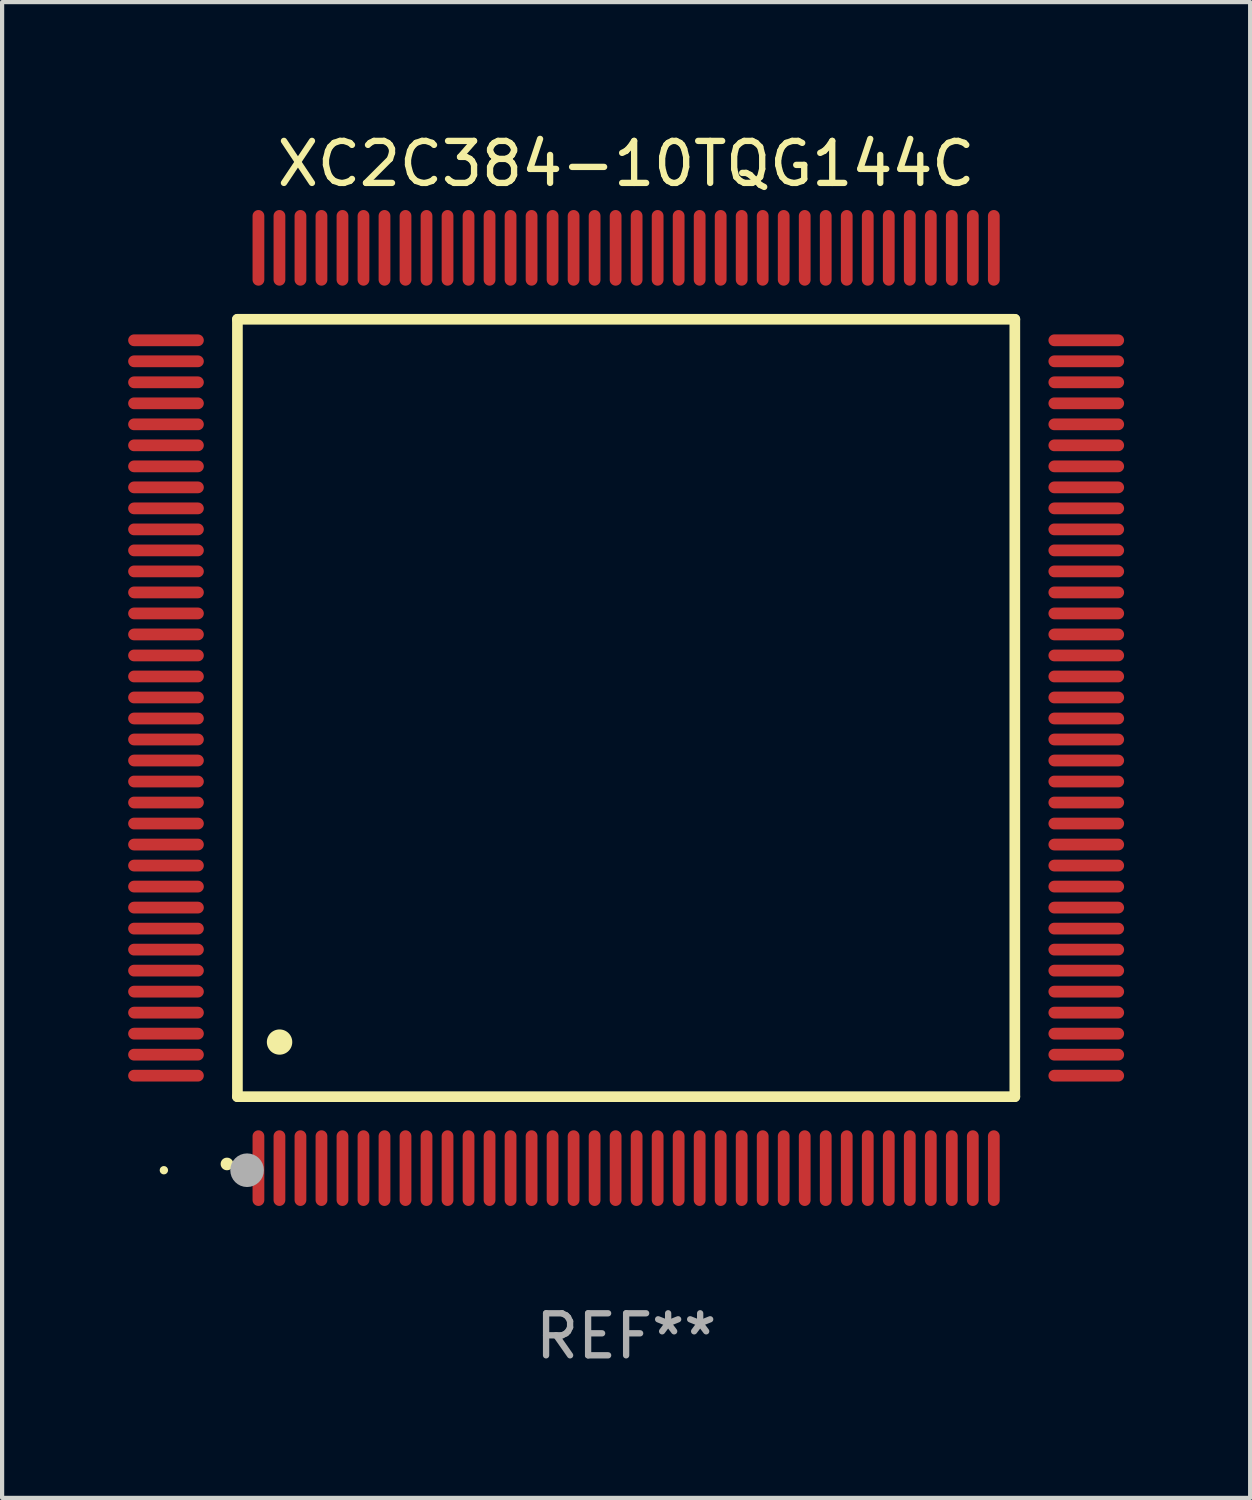
<source format=kicad_pcb>
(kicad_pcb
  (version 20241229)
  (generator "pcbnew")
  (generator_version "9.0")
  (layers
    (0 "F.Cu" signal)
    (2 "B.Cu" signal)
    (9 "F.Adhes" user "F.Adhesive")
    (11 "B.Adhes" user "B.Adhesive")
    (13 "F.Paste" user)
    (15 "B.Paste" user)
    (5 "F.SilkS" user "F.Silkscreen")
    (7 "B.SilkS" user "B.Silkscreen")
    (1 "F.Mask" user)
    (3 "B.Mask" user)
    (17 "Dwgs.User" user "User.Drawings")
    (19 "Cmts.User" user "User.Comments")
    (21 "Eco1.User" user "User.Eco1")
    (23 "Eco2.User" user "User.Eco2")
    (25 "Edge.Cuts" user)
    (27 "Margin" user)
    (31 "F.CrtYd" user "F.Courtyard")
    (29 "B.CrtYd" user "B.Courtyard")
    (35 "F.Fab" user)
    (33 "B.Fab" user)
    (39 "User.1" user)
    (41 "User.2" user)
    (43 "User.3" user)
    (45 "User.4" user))
  (footprint "XC2C384-10TQG144C"
    (layer "F.Cu")
    (at 11.85 13.798)
    (property "Reference" "XC2C384-10TQG144C" (at 0 -12.95 0) (layer "F.SilkS") (effects (font (size 1 1) (thickness 0.15))))
    (attr through_hole)
    (fp_line (start -9.25 -9.25) (end -9.25 9.25) (stroke (width 0.254) (type solid)) (layer "F.SilkS"))
    (fp_line (start -9.25 9.25) (end 9.25 9.25) (stroke (width 0.254) (type solid)) (layer "F.SilkS"))
    (fp_line (start 9.25 -9.25) (end -9.25 -9.25) (stroke (width 0.254) (type solid)) (layer "F.SilkS"))
    (fp_line (start 9.25 9.25) (end 9.25 -9.25) (stroke (width 0.254) (type solid)) (layer "F.SilkS"))
    (fp_arc (start -9.499619 10.850902) (mid -9.498349 10.850897) (end -9.497079 10.850902) (stroke (width 0.3) (type solid)) (layer "F.SilkS"))
    (fp_arc (start -8.249936 7.950216) (mid -8.247396 7.950205) (end -8.244856 7.950216) (stroke (width 0.6) (type solid)) (layer "F.SilkS"))
    (fp_circle (center -11 11) (end -10.95 11) (stroke (width 0.1) (type solid)) (fill no) (layer "F.SilkS"))
    (fp_circle (center -9.02 11) (end -8.82 11) (stroke (width 0.4) (type solid)) (fill no) (layer "F.Fab"))
    (fp_text user "REF**" (at 0 14.95 0) (layer "F.Fab") (effects (font (size 1 1) (thickness 0.15))))
    (pad "1" smd oval (at -8.75 10.95) (size 0.28 1.8) (layers "F.Cu" "F.Mask" "F.Paste"))
    (pad "2" smd oval (at -8.25 10.95) (size 0.28 1.8) (layers "F.Cu" "F.Mask" "F.Paste"))
    (pad "3" smd oval (at -7.75 10.95) (size 0.28 1.8) (layers "F.Cu" "F.Mask" "F.Paste"))
    (pad "4" smd oval (at -7.25 10.95) (size 0.28 1.8) (layers "F.Cu" "F.Mask" "F.Paste"))
    (pad "5" smd oval (at -6.75 10.95) (size 0.28 1.8) (layers "F.Cu" "F.Mask" "F.Paste"))
    (pad "6" smd oval (at -6.25 10.95) (size 0.28 1.8) (layers "F.Cu" "F.Mask" "F.Paste"))
    (pad "7" smd oval (at -5.75 10.95) (size 0.28 1.8) (layers "F.Cu" "F.Mask" "F.Paste"))
    (pad "8" smd oval (at -5.25 10.95) (size 0.28 1.8) (layers "F.Cu" "F.Mask" "F.Paste"))
    (pad "9" smd oval (at -4.75 10.95) (size 0.28 1.8) (layers "F.Cu" "F.Mask" "F.Paste"))
    (pad "10" smd oval (at -4.25 10.95) (size 0.28 1.8) (layers "F.Cu" "F.Mask" "F.Paste"))
    (pad "11" smd oval (at -3.75 10.95) (size 0.28 1.8) (layers "F.Cu" "F.Mask" "F.Paste"))
    (pad "12" smd oval (at -3.25 10.95) (size 0.28 1.8) (layers "F.Cu" "F.Mask" "F.Paste"))
    (pad "13" smd oval (at -2.75 10.95) (size 0.28 1.8) (layers "F.Cu" "F.Mask" "F.Paste"))
    (pad "14" smd oval (at -2.25 10.95) (size 0.28 1.8) (layers "F.Cu" "F.Mask" "F.Paste"))
    (pad "15" smd oval (at -1.75 10.95) (size 0.28 1.8) (layers "F.Cu" "F.Mask" "F.Paste"))
    (pad "16" smd oval (at -1.25 10.95) (size 0.28 1.8) (layers "F.Cu" "F.Mask" "F.Paste"))
    (pad "17" smd oval (at -0.75 10.95) (size 0.28 1.8) (layers "F.Cu" "F.Mask" "F.Paste"))
    (pad "18" smd oval (at -0.25 10.95) (size 0.28 1.8) (layers "F.Cu" "F.Mask" "F.Paste"))
    (pad "19" smd oval (at 0.25 10.95) (size 0.28 1.8) (layers "F.Cu" "F.Mask" "F.Paste"))
    (pad "20" smd oval (at 0.75 10.95) (size 0.28 1.8) (layers "F.Cu" "F.Mask" "F.Paste"))
    (pad "21" smd oval (at 1.25 10.95) (size 0.28 1.8) (layers "F.Cu" "F.Mask" "F.Paste"))
    (pad "22" smd oval (at 1.75 10.95) (size 0.28 1.8) (layers "F.Cu" "F.Mask" "F.Paste"))
    (pad "23" smd oval (at 2.25 10.95) (size 0.28 1.8) (layers "F.Cu" "F.Mask" "F.Paste"))
    (pad "24" smd oval (at 2.75 10.95) (size 0.28 1.8) (layers "F.Cu" "F.Mask" "F.Paste"))
    (pad "25" smd oval (at 3.25 10.95) (size 0.28 1.8) (layers "F.Cu" "F.Mask" "F.Paste"))
    (pad "26" smd oval (at 3.75 10.95) (size 0.28 1.8) (layers "F.Cu" "F.Mask" "F.Paste"))
    (pad "27" smd oval (at 4.25 10.95) (size 0.28 1.8) (layers "F.Cu" "F.Mask" "F.Paste"))
    (pad "28" smd oval (at 4.75 10.95) (size 0.28 1.8) (layers "F.Cu" "F.Mask" "F.Paste"))
    (pad "29" smd oval (at 5.25 10.95) (size 0.28 1.8) (layers "F.Cu" "F.Mask" "F.Paste"))
    (pad "30" smd oval (at 5.75 10.95) (size 0.28 1.8) (layers "F.Cu" "F.Mask" "F.Paste"))
    (pad "31" smd oval (at 6.25 10.95) (size 0.28 1.8) (layers "F.Cu" "F.Mask" "F.Paste"))
    (pad "32" smd oval (at 6.75 10.95) (size 0.28 1.8) (layers "F.Cu" "F.Mask" "F.Paste"))
    (pad "33" smd oval (at 7.25 10.95) (size 0.28 1.8) (layers "F.Cu" "F.Mask" "F.Paste"))
    (pad "34" smd oval (at 7.75 10.95) (size 0.28 1.8) (layers "F.Cu" "F.Mask" "F.Paste"))
    (pad "35" smd oval (at 8.25 10.95) (size 0.28 1.8) (layers "F.Cu" "F.Mask" "F.Paste"))
    (pad "36" smd oval (at 8.75 10.95) (size 0.28 1.8) (layers "F.Cu" "F.Mask" "F.Paste"))
    (pad "37" smd oval (at 10.95 8.75) (size 1.8 0.28) (layers "F.Cu" "F.Mask" "F.Paste"))
    (pad "38" smd oval (at 10.95 8.25) (size 1.8 0.28) (layers "F.Cu" "F.Mask" "F.Paste"))
    (pad "39" smd oval (at 10.95 7.75) (size 1.8 0.28) (layers "F.Cu" "F.Mask" "F.Paste"))
    (pad "40" smd oval (at 10.95 7.25) (size 1.8 0.28) (layers "F.Cu" "F.Mask" "F.Paste"))
    (pad "41" smd oval (at 10.95 6.75) (size 1.8 0.28) (layers "F.Cu" "F.Mask" "F.Paste"))
    (pad "42" smd oval (at 10.95 6.25) (size 1.8 0.28) (layers "F.Cu" "F.Mask" "F.Paste"))
    (pad "43" smd oval (at 10.95 5.75) (size 1.8 0.28) (layers "F.Cu" "F.Mask" "F.Paste"))
    (pad "44" smd oval (at 10.95 5.25) (size 1.8 0.28) (layers "F.Cu" "F.Mask" "F.Paste"))
    (pad "45" smd oval (at 10.95 4.75) (size 1.8 0.28) (layers "F.Cu" "F.Mask" "F.Paste"))
    (pad "46" smd oval (at 10.95 4.25) (size 1.8 0.28) (layers "F.Cu" "F.Mask" "F.Paste"))
    (pad "47" smd oval (at 10.95 3.75) (size 1.8 0.28) (layers "F.Cu" "F.Mask" "F.Paste"))
    (pad "48" smd oval (at 10.95 3.25) (size 1.8 0.28) (layers "F.Cu" "F.Mask" "F.Paste"))
    (pad "49" smd oval (at 10.95 2.75) (size 1.8 0.28) (layers "F.Cu" "F.Mask" "F.Paste"))
    (pad "50" smd oval (at 10.95 2.25) (size 1.8 0.28) (layers "F.Cu" "F.Mask" "F.Paste"))
    (pad "51" smd oval (at 10.95 1.75) (size 1.8 0.28) (layers "F.Cu" "F.Mask" "F.Paste"))
    (pad "52" smd oval (at 10.95 1.25) (size 1.8 0.28) (layers "F.Cu" "F.Mask" "F.Paste"))
    (pad "53" smd oval (at 10.95 0.75) (size 1.8 0.28) (layers "F.Cu" "F.Mask" "F.Paste"))
    (pad "54" smd oval (at 10.95 0.25) (size 1.8 0.28) (layers "F.Cu" "F.Mask" "F.Paste"))
    (pad "55" smd oval (at 10.95 -0.25) (size 1.8 0.28) (layers "F.Cu" "F.Mask" "F.Paste"))
    (pad "56" smd oval (at 10.95 -0.75) (size 1.8 0.28) (layers "F.Cu" "F.Mask" "F.Paste"))
    (pad "57" smd oval (at 10.95 -1.25) (size 1.8 0.28) (layers "F.Cu" "F.Mask" "F.Paste"))
    (pad "58" smd oval (at 10.95 -1.75) (size 1.8 0.28) (layers "F.Cu" "F.Mask" "F.Paste"))
    (pad "59" smd oval (at 10.95 -2.25) (size 1.8 0.28) (layers "F.Cu" "F.Mask" "F.Paste"))
    (pad "60" smd oval (at 10.95 -2.75) (size 1.8 0.28) (layers "F.Cu" "F.Mask" "F.Paste"))
    (pad "61" smd oval (at 10.95 -3.25) (size 1.8 0.28) (layers "F.Cu" "F.Mask" "F.Paste"))
    (pad "62" smd oval (at 10.95 -3.75) (size 1.8 0.28) (layers "F.Cu" "F.Mask" "F.Paste"))
    (pad "63" smd oval (at 10.95 -4.25) (size 1.8 0.28) (layers "F.Cu" "F.Mask" "F.Paste"))
    (pad "64" smd oval (at 10.95 -4.75) (size 1.8 0.28) (layers "F.Cu" "F.Mask" "F.Paste"))
    (pad "65" smd oval (at 10.95 -5.25) (size 1.8 0.28) (layers "F.Cu" "F.Mask" "F.Paste"))
    (pad "66" smd oval (at 10.95 -5.75) (size 1.8 0.28) (layers "F.Cu" "F.Mask" "F.Paste"))
    (pad "67" smd oval (at 10.95 -6.25) (size 1.8 0.28) (layers "F.Cu" "F.Mask" "F.Paste"))
    (pad "68" smd oval (at 10.95 -6.75) (size 1.8 0.28) (layers "F.Cu" "F.Mask" "F.Paste"))
    (pad "69" smd oval (at 10.95 -7.25) (size 1.8 0.28) (layers "F.Cu" "F.Mask" "F.Paste"))
    (pad "70" smd oval (at 10.95 -7.75) (size 1.8 0.28) (layers "F.Cu" "F.Mask" "F.Paste"))
    (pad "71" smd oval (at 10.95 -8.25) (size 1.8 0.28) (layers "F.Cu" "F.Mask" "F.Paste"))
    (pad "72" smd oval (at 10.95 -8.75) (size 1.8 0.28) (layers "F.Cu" "F.Mask" "F.Paste"))
    (pad "73" smd oval (at 8.75 -10.95) (size 0.28 1.8) (layers "F.Cu" "F.Mask" "F.Paste"))
    (pad "74" smd oval (at 8.25 -10.95) (size 0.28 1.8) (layers "F.Cu" "F.Mask" "F.Paste"))
    (pad "75" smd oval (at 7.75 -10.95) (size 0.28 1.8) (layers "F.Cu" "F.Mask" "F.Paste"))
    (pad "76" smd oval (at 7.25 -10.95) (size 0.28 1.8) (layers "F.Cu" "F.Mask" "F.Paste"))
    (pad "77" smd oval (at 6.75 -10.95) (size 0.28 1.8) (layers "F.Cu" "F.Mask" "F.Paste"))
    (pad "78" smd oval (at 6.25 -10.95) (size 0.28 1.8) (layers "F.Cu" "F.Mask" "F.Paste"))
    (pad "79" smd oval (at 5.75 -10.95) (size 0.28 1.8) (layers "F.Cu" "F.Mask" "F.Paste"))
    (pad "80" smd oval (at 5.25 -10.95) (size 0.28 1.8) (layers "F.Cu" "F.Mask" "F.Paste"))
    (pad "81" smd oval (at 4.75 -10.95) (size 0.28 1.8) (layers "F.Cu" "F.Mask" "F.Paste"))
    (pad "82" smd oval (at 4.25 -10.95) (size 0.28 1.8) (layers "F.Cu" "F.Mask" "F.Paste"))
    (pad "83" smd oval (at 3.75 -10.95) (size 0.28 1.8) (layers "F.Cu" "F.Mask" "F.Paste"))
    (pad "84" smd oval (at 3.25 -10.95) (size 0.28 1.8) (layers "F.Cu" "F.Mask" "F.Paste"))
    (pad "85" smd oval (at 2.75 -10.95) (size 0.28 1.8) (layers "F.Cu" "F.Mask" "F.Paste"))
    (pad "86" smd oval (at 2.25 -10.95) (size 0.28 1.8) (layers "F.Cu" "F.Mask" "F.Paste"))
    (pad "87" smd oval (at 1.75 -10.95) (size 0.28 1.8) (layers "F.Cu" "F.Mask" "F.Paste"))
    (pad "88" smd oval (at 1.25 -10.95) (size 0.28 1.8) (layers "F.Cu" "F.Mask" "F.Paste"))
    (pad "89" smd oval (at 0.75 -10.95) (size 0.28 1.8) (layers "F.Cu" "F.Mask" "F.Paste"))
    (pad "90" smd oval (at 0.25 -10.95) (size 0.28 1.8) (layers "F.Cu" "F.Mask" "F.Paste"))
    (pad "91" smd oval (at -0.25 -10.95) (size 0.28 1.8) (layers "F.Cu" "F.Mask" "F.Paste"))
    (pad "92" smd oval (at -0.75 -10.95) (size 0.28 1.8) (layers "F.Cu" "F.Mask" "F.Paste"))
    (pad "93" smd oval (at -1.25 -10.95) (size 0.28 1.8) (layers "F.Cu" "F.Mask" "F.Paste"))
    (pad "94" smd oval (at -1.75 -10.95) (size 0.28 1.8) (layers "F.Cu" "F.Mask" "F.Paste"))
    (pad "95" smd oval (at -2.25 -10.95) (size 0.28 1.8) (layers "F.Cu" "F.Mask" "F.Paste"))
    (pad "96" smd oval (at -2.75 -10.95) (size 0.28 1.8) (layers "F.Cu" "F.Mask" "F.Paste"))
    (pad "97" smd oval (at -3.25 -10.95) (size 0.28 1.8) (layers "F.Cu" "F.Mask" "F.Paste"))
    (pad "98" smd oval (at -3.75 -10.95) (size 0.28 1.8) (layers "F.Cu" "F.Mask" "F.Paste"))
    (pad "99" smd oval (at -4.25 -10.95) (size 0.28 1.8) (layers "F.Cu" "F.Mask" "F.Paste"))
    (pad "100" smd oval (at -4.75 -10.95) (size 0.28 1.8) (layers "F.Cu" "F.Mask" "F.Paste"))
    (pad "101" smd oval (at -5.25 -10.95) (size 0.28 1.8) (layers "F.Cu" "F.Mask" "F.Paste"))
    (pad "102" smd oval (at -5.75 -10.95) (size 0.28 1.8) (layers "F.Cu" "F.Mask" "F.Paste"))
    (pad "103" smd oval (at -6.25 -10.95) (size 0.28 1.8) (layers "F.Cu" "F.Mask" "F.Paste"))
    (pad "104" smd oval (at -6.75 -10.95) (size 0.28 1.8) (layers "F.Cu" "F.Mask" "F.Paste"))
    (pad "105" smd oval (at -7.25 -10.95) (size 0.28 1.8) (layers "F.Cu" "F.Mask" "F.Paste"))
    (pad "106" smd oval (at -7.75 -10.95) (size 0.28 1.8) (layers "F.Cu" "F.Mask" "F.Paste"))
    (pad "107" smd oval (at -8.25 -10.95) (size 0.28 1.8) (layers "F.Cu" "F.Mask" "F.Paste"))
    (pad "108" smd oval (at -8.75 -10.95) (size 0.28 1.8) (layers "F.Cu" "F.Mask" "F.Paste"))
    (pad "109" smd oval (at -10.95 -8.75) (size 1.8 0.28) (layers "F.Cu" "F.Mask" "F.Paste"))
    (pad "110" smd oval (at -10.95 -8.25) (size 1.8 0.28) (layers "F.Cu" "F.Mask" "F.Paste"))
    (pad "111" smd oval (at -10.95 -7.75) (size 1.8 0.28) (layers "F.Cu" "F.Mask" "F.Paste"))
    (pad "112" smd oval (at -10.95 -7.25) (size 1.8 0.28) (layers "F.Cu" "F.Mask" "F.Paste"))
    (pad "113" smd oval (at -10.95 -6.75) (size 1.8 0.28) (layers "F.Cu" "F.Mask" "F.Paste"))
    (pad "114" smd oval (at -10.95 -6.25) (size 1.8 0.28) (layers "F.Cu" "F.Mask" "F.Paste"))
    (pad "115" smd oval (at -10.95 -5.75) (size 1.8 0.28) (layers "F.Cu" "F.Mask" "F.Paste"))
    (pad "116" smd oval (at -10.95 -5.25) (size 1.8 0.28) (layers "F.Cu" "F.Mask" "F.Paste"))
    (pad "117" smd oval (at -10.95 -4.75) (size 1.8 0.28) (layers "F.Cu" "F.Mask" "F.Paste"))
    (pad "118" smd oval (at -10.95 -4.25) (size 1.8 0.28) (layers "F.Cu" "F.Mask" "F.Paste"))
    (pad "119" smd oval (at -10.95 -3.75) (size 1.8 0.28) (layers "F.Cu" "F.Mask" "F.Paste"))
    (pad "120" smd oval (at -10.95 -3.25) (size 1.8 0.28) (layers "F.Cu" "F.Mask" "F.Paste"))
    (pad "121" smd oval (at -10.95 -2.75) (size 1.8 0.28) (layers "F.Cu" "F.Mask" "F.Paste"))
    (pad "122" smd oval (at -10.95 -2.25) (size 1.8 0.28) (layers "F.Cu" "F.Mask" "F.Paste"))
    (pad "123" smd oval (at -10.95 -1.75) (size 1.8 0.28) (layers "F.Cu" "F.Mask" "F.Paste"))
    (pad "124" smd oval (at -10.95 -1.25) (size 1.8 0.28) (layers "F.Cu" "F.Mask" "F.Paste"))
    (pad "125" smd oval (at -10.95 -0.75) (size 1.8 0.28) (layers "F.Cu" "F.Mask" "F.Paste"))
    (pad "126" smd oval (at -10.95 -0.25) (size 1.8 0.28) (layers "F.Cu" "F.Mask" "F.Paste"))
    (pad "127" smd oval (at -10.95 0.25) (size 1.8 0.28) (layers "F.Cu" "F.Mask" "F.Paste"))
    (pad "128" smd oval (at -10.95 0.75) (size 1.8 0.28) (layers "F.Cu" "F.Mask" "F.Paste"))
    (pad "129" smd oval (at -10.95 1.25) (size 1.8 0.28) (layers "F.Cu" "F.Mask" "F.Paste"))
    (pad "130" smd oval (at -10.95 1.75) (size 1.8 0.28) (layers "F.Cu" "F.Mask" "F.Paste"))
    (pad "131" smd oval (at -10.95 2.25) (size 1.8 0.28) (layers "F.Cu" "F.Mask" "F.Paste"))
    (pad "132" smd oval (at -10.95 2.75) (size 1.8 0.28) (layers "F.Cu" "F.Mask" "F.Paste"))
    (pad "133" smd oval (at -10.95 3.25) (size 1.8 0.28) (layers "F.Cu" "F.Mask" "F.Paste"))
    (pad "134" smd oval (at -10.95 3.75) (size 1.8 0.28) (layers "F.Cu" "F.Mask" "F.Paste"))
    (pad "135" smd oval (at -10.95 4.25) (size 1.8 0.28) (layers "F.Cu" "F.Mask" "F.Paste"))
    (pad "136" smd oval (at -10.95 4.75) (size 1.8 0.28) (layers "F.Cu" "F.Mask" "F.Paste"))
    (pad "137" smd oval (at -10.95 5.25) (size 1.8 0.28) (layers "F.Cu" "F.Mask" "F.Paste"))
    (pad "138" smd oval (at -10.95 5.75) (size 1.8 0.28) (layers "F.Cu" "F.Mask" "F.Paste"))
    (pad "139" smd oval (at -10.95 6.25) (size 1.8 0.28) (layers "F.Cu" "F.Mask" "F.Paste"))
    (pad "140" smd oval (at -10.95 6.75) (size 1.8 0.28) (layers "F.Cu" "F.Mask" "F.Paste"))
    (pad "141" smd oval (at -10.95 7.25) (size 1.8 0.28) (layers "F.Cu" "F.Mask" "F.Paste"))
    (pad "142" smd oval (at -10.95 7.75) (size 1.8 0.28) (layers "F.Cu" "F.Mask" "F.Paste"))
    (pad "143" smd oval (at -10.95 8.25) (size 1.8 0.28) (layers "F.Cu" "F.Mask" "F.Paste"))
    (pad "144" smd oval (at -10.95 8.75) (size 1.8 0.28) (layers "F.Cu" "F.Mask" "F.Paste")))
  (gr_rect
    (start -3 -3)
    (end 26.7 32.596)
    (stroke (width 0.1) (type default))
    (fill no)
    (layer "Edge.Cuts")))
</source>
